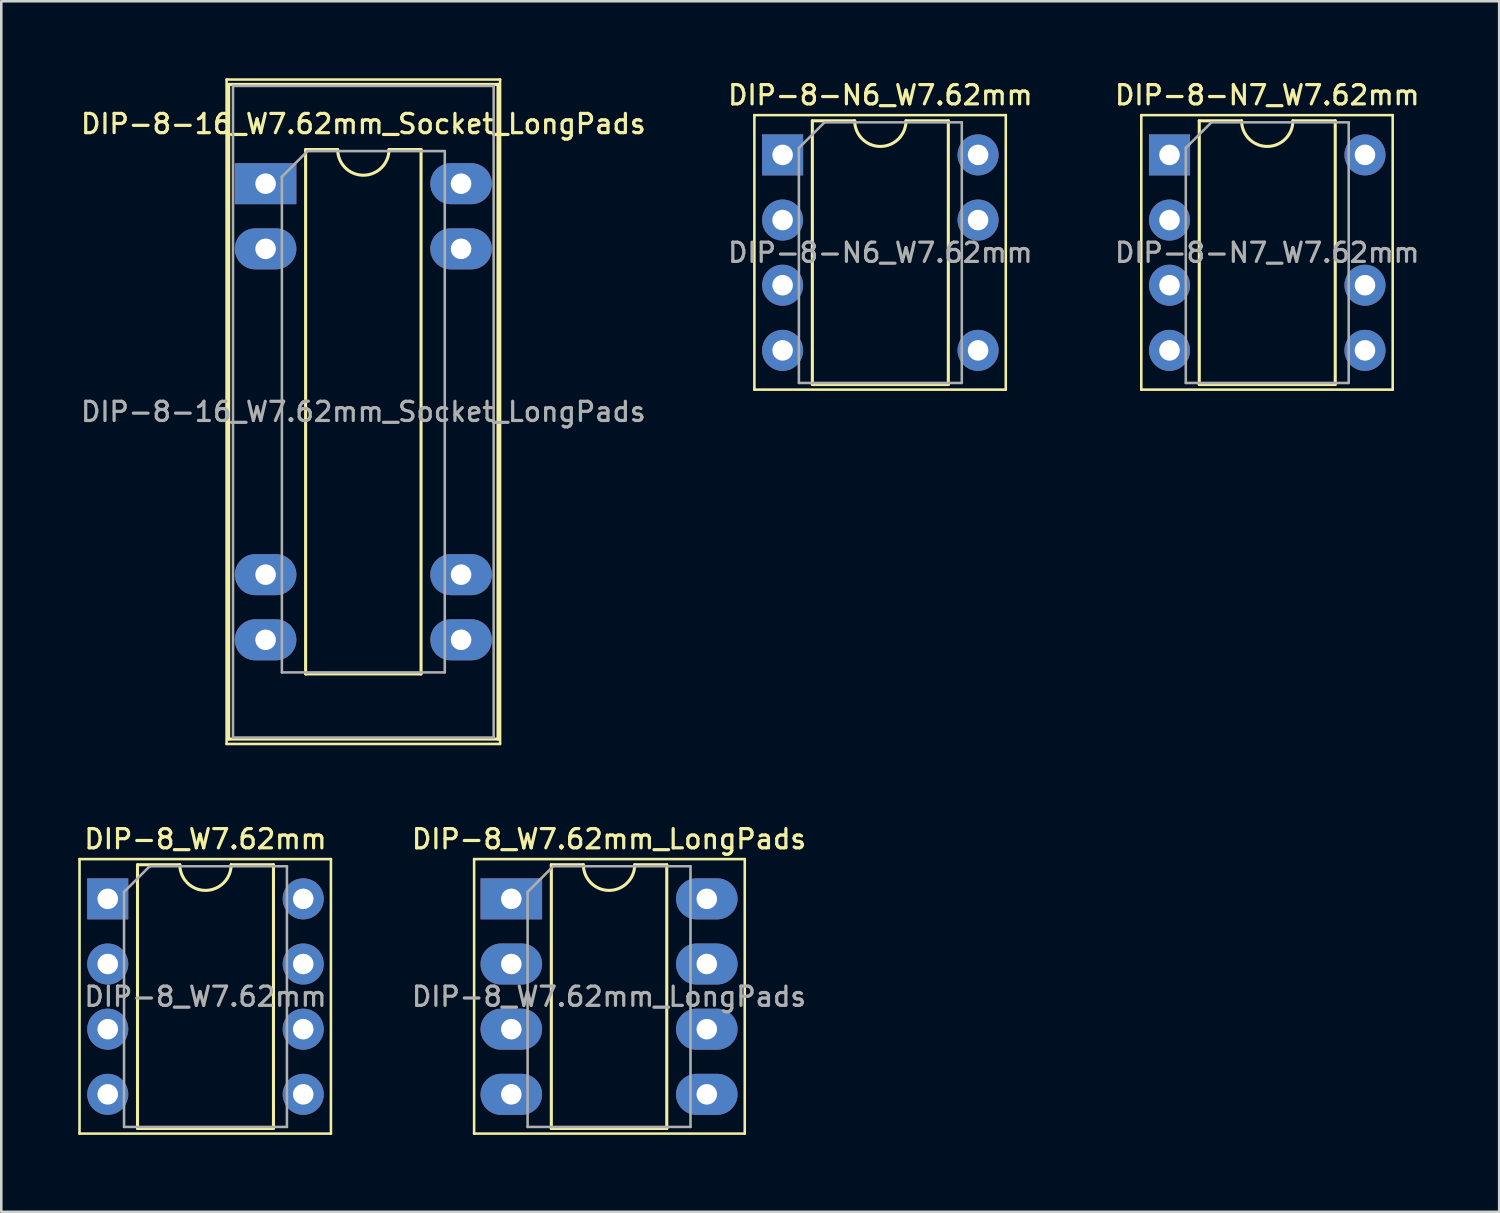
<source format=kicad_pcb>
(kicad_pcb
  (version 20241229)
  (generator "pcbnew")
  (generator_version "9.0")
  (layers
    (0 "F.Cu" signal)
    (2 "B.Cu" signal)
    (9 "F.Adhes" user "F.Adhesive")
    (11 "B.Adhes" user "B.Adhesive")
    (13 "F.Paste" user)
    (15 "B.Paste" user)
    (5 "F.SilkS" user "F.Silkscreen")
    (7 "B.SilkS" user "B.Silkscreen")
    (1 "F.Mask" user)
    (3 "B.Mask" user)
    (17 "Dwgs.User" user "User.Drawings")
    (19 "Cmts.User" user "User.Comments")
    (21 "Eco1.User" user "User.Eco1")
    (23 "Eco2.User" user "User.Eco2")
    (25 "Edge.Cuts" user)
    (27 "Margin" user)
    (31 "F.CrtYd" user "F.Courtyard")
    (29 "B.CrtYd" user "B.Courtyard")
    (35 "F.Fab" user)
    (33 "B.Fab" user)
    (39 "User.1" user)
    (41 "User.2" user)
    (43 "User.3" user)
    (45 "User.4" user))
  (footprint "DIP-8_W7.62mm"
    (layer "F.Cu")
    (at 1.15 31.988)
    (property "Reference" "DIP-8_W7.62mm" (at 3.81 -2.33 0) (layer "F.SilkS") (effects (font (size 0.75 0.75) (thickness 0.125))))
    (attr through_hole)
    (fp_line (start -1.1 -1.55) (end -1.1 9.15) (stroke (width 0.1) (type solid)) (layer "F.SilkS"))
    (fp_line (start -1.1 9.15) (end 8.7 9.15) (stroke (width 0.1) (type solid)) (layer "F.SilkS"))
    (fp_line (start 1.16 -1.33) (end 1.16 8.95) (stroke (width 0.12) (type solid)) (layer "F.SilkS"))
    (fp_line (start 1.16 8.95) (end 6.46 8.95) (stroke (width 0.12) (type solid)) (layer "F.SilkS"))
    (fp_line (start 2.81 -1.33) (end 1.16 -1.33) (stroke (width 0.12) (type solid)) (layer "F.SilkS"))
    (fp_line (start 6.46 -1.33) (end 4.81 -1.33) (stroke (width 0.12) (type solid)) (layer "F.SilkS"))
    (fp_line (start 6.46 8.95) (end 6.46 -1.33) (stroke (width 0.12) (type solid)) (layer "F.SilkS"))
    (fp_line (start 8.7 -1.55) (end -1.1 -1.55) (stroke (width 0.1) (type solid)) (layer "F.SilkS"))
    (fp_line (start 8.7 9.15) (end 8.7 -1.55) (stroke (width 0.1) (type solid)) (layer "F.SilkS"))
    (fp_arc (start 4.81 -1.33) (mid 3.81 -0.33) (end 2.81 -1.33) (stroke (width 0.12) (type solid)) (layer "F.SilkS"))
    (fp_line (start 0.635 -0.27) (end 1.635 -1.27) (stroke (width 0.1) (type solid)) (layer "F.Fab"))
    (fp_line (start 0.635 8.89) (end 0.635 -0.27) (stroke (width 0.1) (type solid)) (layer "F.Fab"))
    (fp_line (start 1.635 -1.27) (end 6.985 -1.27) (stroke (width 0.1) (type solid)) (layer "F.Fab"))
    (fp_line (start 6.985 -1.27) (end 6.985 8.89) (stroke (width 0.1) (type solid)) (layer "F.Fab"))
    (fp_line (start 6.985 8.89) (end 0.635 8.89) (stroke (width 0.1) (type solid)) (layer "F.Fab"))
    (fp_text user "${REFERENCE}" (at 3.81 3.81 0) (layer "F.Fab") (effects (font (size 0.75 0.75) (thickness 0.125))))
    (pad "1" thru_hole rect (at 0 0) (size 1.6 1.6) (drill 0.8) (layers "*.Cu" "*.Mask"))
    (pad "2" thru_hole oval (at 0 2.54) (size 1.6 1.6) (drill 0.8) (layers "*.Cu" "*.Mask"))
    (pad "3" thru_hole oval (at 0 5.08) (size 1.6 1.6) (drill 0.8) (layers "*.Cu" "*.Mask"))
    (pad "4" thru_hole oval (at 0 7.62) (size 1.6 1.6) (drill 0.8) (layers "*.Cu" "*.Mask"))
    (pad "5" thru_hole oval (at 7.62 7.62) (size 1.6 1.6) (drill 0.8) (layers "*.Cu" "*.Mask"))
    (pad "6" thru_hole oval (at 7.62 5.08) (size 1.6 1.6) (drill 0.8) (layers "*.Cu" "*.Mask"))
    (pad "7" thru_hole oval (at 7.62 2.54) (size 1.6 1.6) (drill 0.8) (layers "*.Cu" "*.Mask"))
    (pad "8" thru_hole oval (at 7.62 0) (size 1.6 1.6) (drill 0.8) (layers "*.Cu" "*.Mask")))
  (footprint "DIP-8_W7.62mm_LongPads"
    (layer "F.Cu")
    (at 16.881 31.988)
    (property "Reference" "DIP-8_W7.62mm_LongPads" (at 3.81 -2.33 0) (layer "F.SilkS") (effects (font (size 0.75 0.75) (thickness 0.125))))
    (attr through_hole)
    (fp_line (start -1.45 -1.55) (end -1.45 9.15) (stroke (width 0.1) (type solid)) (layer "F.SilkS"))
    (fp_line (start -1.45 9.15) (end 9.1 9.15) (stroke (width 0.1) (type solid)) (layer "F.SilkS"))
    (fp_line (start 1.56 -1.33) (end 1.56 8.95) (stroke (width 0.12) (type solid)) (layer "F.SilkS"))
    (fp_line (start 1.56 8.95) (end 6.06 8.95) (stroke (width 0.12) (type solid)) (layer "F.SilkS"))
    (fp_line (start 2.81 -1.33) (end 1.56 -1.33) (stroke (width 0.12) (type solid)) (layer "F.SilkS"))
    (fp_line (start 6.06 -1.33) (end 4.81 -1.33) (stroke (width 0.12) (type solid)) (layer "F.SilkS"))
    (fp_line (start 6.06 8.95) (end 6.06 -1.33) (stroke (width 0.12) (type solid)) (layer "F.SilkS"))
    (fp_line (start 9.1 -1.55) (end -1.45 -1.55) (stroke (width 0.1) (type solid)) (layer "F.SilkS"))
    (fp_line (start 9.1 9.15) (end 9.1 -1.55) (stroke (width 0.1) (type solid)) (layer "F.SilkS"))
    (fp_arc (start 4.81 -1.33) (mid 3.81 -0.33) (end 2.81 -1.33) (stroke (width 0.12) (type solid)) (layer "F.SilkS"))
    (fp_line (start 0.635 -0.27) (end 1.635 -1.27) (stroke (width 0.1) (type solid)) (layer "F.Fab"))
    (fp_line (start 0.635 8.89) (end 0.635 -0.27) (stroke (width 0.1) (type solid)) (layer "F.Fab"))
    (fp_line (start 1.635 -1.27) (end 6.985 -1.27) (stroke (width 0.1) (type solid)) (layer "F.Fab"))
    (fp_line (start 6.985 -1.27) (end 6.985 8.89) (stroke (width 0.1) (type solid)) (layer "F.Fab"))
    (fp_line (start 6.985 8.89) (end 0.635 8.89) (stroke (width 0.1) (type solid)) (layer "F.Fab"))
    (fp_text user "${REFERENCE}" (at 3.81 3.81 0) (layer "F.Fab") (effects (font (size 0.75 0.75) (thickness 0.125))))
    (pad "1" thru_hole rect (at 0 0) (size 2.4 1.6) (drill 0.8) (layers "*.Cu" "*.Mask"))
    (pad "2" thru_hole oval (at 0 2.54) (size 2.4 1.6) (drill 0.8) (layers "*.Cu" "*.Mask"))
    (pad "3" thru_hole oval (at 0 5.08) (size 2.4 1.6) (drill 0.8) (layers "*.Cu" "*.Mask"))
    (pad "4" thru_hole oval (at 0 7.62) (size 2.4 1.6) (drill 0.8) (layers "*.Cu" "*.Mask"))
    (pad "5" thru_hole oval (at 7.62 7.62) (size 2.4 1.6) (drill 0.8) (layers "*.Cu" "*.Mask"))
    (pad "6" thru_hole oval (at 7.62 5.08) (size 2.4 1.6) (drill 0.8) (layers "*.Cu" "*.Mask"))
    (pad "7" thru_hole oval (at 7.62 2.54) (size 2.4 1.6) (drill 0.8) (layers "*.Cu" "*.Mask"))
    (pad "8" thru_hole oval (at 7.62 0) (size 2.4 1.6) (drill 0.8) (layers "*.Cu" "*.Mask")))
  (footprint "DIP-8-N7_W7.62mm"
    (layer "F.Cu")
    (at 42.538 2.988)
    (property "Reference" "DIP-8-N7_W7.62mm" (at 3.81 -2.33 0) (layer "F.SilkS") (effects (font (size 0.75 0.75) (thickness 0.125))))
    (attr through_hole)
    (fp_line (start -1.1 -1.55) (end -1.1 9.15) (stroke (width 0.1) (type solid)) (layer "F.SilkS"))
    (fp_line (start -1.1 9.15) (end 8.7 9.15) (stroke (width 0.1) (type solid)) (layer "F.SilkS"))
    (fp_line (start 1.16 -1.33) (end 1.16 8.95) (stroke (width 0.12) (type solid)) (layer "F.SilkS"))
    (fp_line (start 1.16 8.95) (end 6.46 8.95) (stroke (width 0.12) (type solid)) (layer "F.SilkS"))
    (fp_line (start 2.81 -1.33) (end 1.16 -1.33) (stroke (width 0.12) (type solid)) (layer "F.SilkS"))
    (fp_line (start 6.46 -1.33) (end 4.81 -1.33) (stroke (width 0.12) (type solid)) (layer "F.SilkS"))
    (fp_line (start 6.46 8.95) (end 6.46 -1.33) (stroke (width 0.12) (type solid)) (layer "F.SilkS"))
    (fp_line (start 8.7 -1.55) (end -1.1 -1.55) (stroke (width 0.1) (type solid)) (layer "F.SilkS"))
    (fp_line (start 8.7 9.15) (end 8.7 -1.55) (stroke (width 0.1) (type solid)) (layer "F.SilkS"))
    (fp_arc (start 4.81 -1.33) (mid 3.81 -0.33) (end 2.81 -1.33) (stroke (width 0.12) (type solid)) (layer "F.SilkS"))
    (fp_line (start 0.635 -0.27) (end 1.635 -1.27) (stroke (width 0.1) (type solid)) (layer "F.Fab"))
    (fp_line (start 0.635 8.89) (end 0.635 -0.27) (stroke (width 0.1) (type solid)) (layer "F.Fab"))
    (fp_line (start 1.635 -1.27) (end 6.985 -1.27) (stroke (width 0.1) (type solid)) (layer "F.Fab"))
    (fp_line (start 6.985 -1.27) (end 6.985 8.89) (stroke (width 0.1) (type solid)) (layer "F.Fab"))
    (fp_line (start 6.985 8.89) (end 0.635 8.89) (stroke (width 0.1) (type solid)) (layer "F.Fab"))
    (fp_text user "${REFERENCE}" (at 3.81 3.81 0) (layer "F.Fab") (effects (font (size 0.75 0.75) (thickness 0.125))))
    (pad "1" thru_hole rect (at 0 0) (size 1.6 1.6) (drill 0.8) (layers "*.Cu" "*.Mask"))
    (pad "2" thru_hole oval (at 0 2.54) (size 1.6 1.6) (drill 0.8) (layers "*.Cu" "*.Mask"))
    (pad "3" thru_hole oval (at 0 5.08) (size 1.6 1.6) (drill 0.8) (layers "*.Cu" "*.Mask"))
    (pad "4" thru_hole oval (at 0 7.62) (size 1.6 1.6) (drill 0.8) (layers "*.Cu" "*.Mask"))
    (pad "5" thru_hole oval (at 7.62 7.62) (size 1.6 1.6) (drill 0.8) (layers "*.Cu" "*.Mask"))
    (pad "6" thru_hole oval (at 7.62 5.08) (size 1.6 1.6) (drill 0.8) (layers "*.Cu" "*.Mask"))
    (pad "8" thru_hole oval (at 7.62 0) (size 1.6 1.6) (drill 0.8) (layers "*.Cu" "*.Mask")))
  (footprint "DIP-8-N6_W7.62mm"
    (layer "F.Cu")
    (at 27.456 2.988)
    (property "Reference" "DIP-8-N6_W7.62mm" (at 3.81 -2.33 0) (layer "F.SilkS") (effects (font (size 0.75 0.75) (thickness 0.125))))
    (attr through_hole)
    (fp_line (start -1.1 -1.55) (end -1.1 9.15) (stroke (width 0.1) (type solid)) (layer "F.SilkS"))
    (fp_line (start -1.1 9.15) (end 8.7 9.15) (stroke (width 0.1) (type solid)) (layer "F.SilkS"))
    (fp_line (start 1.16 -1.33) (end 1.16 8.95) (stroke (width 0.12) (type solid)) (layer "F.SilkS"))
    (fp_line (start 1.16 8.95) (end 6.46 8.95) (stroke (width 0.12) (type solid)) (layer "F.SilkS"))
    (fp_line (start 2.81 -1.33) (end 1.16 -1.33) (stroke (width 0.12) (type solid)) (layer "F.SilkS"))
    (fp_line (start 6.46 -1.33) (end 4.81 -1.33) (stroke (width 0.12) (type solid)) (layer "F.SilkS"))
    (fp_line (start 6.46 8.95) (end 6.46 -1.33) (stroke (width 0.12) (type solid)) (layer "F.SilkS"))
    (fp_line (start 8.7 -1.55) (end -1.1 -1.55) (stroke (width 0.1) (type solid)) (layer "F.SilkS"))
    (fp_line (start 8.7 9.15) (end 8.7 -1.55) (stroke (width 0.1) (type solid)) (layer "F.SilkS"))
    (fp_arc (start 4.81 -1.33) (mid 3.81 -0.33) (end 2.81 -1.33) (stroke (width 0.12) (type solid)) (layer "F.SilkS"))
    (fp_line (start 0.635 -0.27) (end 1.635 -1.27) (stroke (width 0.1) (type solid)) (layer "F.Fab"))
    (fp_line (start 0.635 8.89) (end 0.635 -0.27) (stroke (width 0.1) (type solid)) (layer "F.Fab"))
    (fp_line (start 1.635 -1.27) (end 6.985 -1.27) (stroke (width 0.1) (type solid)) (layer "F.Fab"))
    (fp_line (start 6.985 -1.27) (end 6.985 8.89) (stroke (width 0.1) (type solid)) (layer "F.Fab"))
    (fp_line (start 6.985 8.89) (end 0.635 8.89) (stroke (width 0.1) (type solid)) (layer "F.Fab"))
    (fp_text user "${REFERENCE}" (at 3.81 3.81 0) (layer "F.Fab") (effects (font (size 0.75 0.75) (thickness 0.125))))
    (pad "1" thru_hole rect (at 0 0) (size 1.6 1.6) (drill 0.8) (layers "*.Cu" "*.Mask"))
    (pad "2" thru_hole oval (at 0 2.54) (size 1.6 1.6) (drill 0.8) (layers "*.Cu" "*.Mask"))
    (pad "3" thru_hole oval (at 0 5.08) (size 1.6 1.6) (drill 0.8) (layers "*.Cu" "*.Mask"))
    (pad "4" thru_hole oval (at 0 7.62) (size 1.6 1.6) (drill 0.8) (layers "*.Cu" "*.Mask"))
    (pad "5" thru_hole oval (at 7.62 7.62) (size 1.6 1.6) (drill 0.8) (layers "*.Cu" "*.Mask"))
    (pad "7" thru_hole oval (at 7.62 2.54) (size 1.6 1.6) (drill 0.8) (layers "*.Cu" "*.Mask"))
    (pad "8" thru_hole oval (at 7.62 0) (size 1.6 1.6) (drill 0.8) (layers "*.Cu" "*.Mask")))
  (footprint "DIP-8-16_W7.62mm_Socket_LongPads"
    (layer "F.Cu")
    (at 7.303 4.11)
    (property "Reference" "DIP-8-16_W7.62mm_Socket_LongPads" (at 3.81 -2.33 0) (layer "F.SilkS") (effects (font (size 0.75 0.75) (thickness 0.125))))
    (attr through_hole)
    (fp_line (start -1.52 -4.06) (end -1.52 21.84) (stroke (width 0.1) (type solid)) (layer "F.SilkS"))
    (fp_line (start -1.52 21.84) (end 9.14 21.84) (stroke (width 0.1) (type solid)) (layer "F.SilkS"))
    (fp_line (start -1.44 -3.87) (end -1.44 21.65) (stroke (width 0.12) (type solid)) (layer "F.SilkS"))
    (fp_line (start -1.44 21.65) (end 9.06 21.65) (stroke (width 0.12) (type solid)) (layer "F.SilkS"))
    (fp_line (start 1.56 -1.33) (end 1.56 19.11) (stroke (width 0.12) (type solid)) (layer "F.SilkS"))
    (fp_line (start 1.56 19.11) (end 6.06 19.11) (stroke (width 0.12) (type solid)) (layer "F.SilkS"))
    (fp_line (start 2.81 -1.33) (end 1.56 -1.33) (stroke (width 0.12) (type solid)) (layer "F.SilkS"))
    (fp_line (start 6.06 -1.33) (end 4.81 -1.33) (stroke (width 0.12) (type solid)) (layer "F.SilkS"))
    (fp_line (start 6.06 19.11) (end 6.06 -1.33) (stroke (width 0.12) (type solid)) (layer "F.SilkS"))
    (fp_line (start 9.06 -3.87) (end -1.44 -3.87) (stroke (width 0.12) (type solid)) (layer "F.SilkS"))
    (fp_line (start 9.06 21.65) (end 9.06 -3.87) (stroke (width 0.12) (type solid)) (layer "F.SilkS"))
    (fp_line (start 9.14 -4.06) (end -1.52 -4.06) (stroke (width 0.1) (type solid)) (layer "F.SilkS"))
    (fp_line (start 9.14 21.84) (end 9.14 -4.06) (stroke (width 0.1) (type solid)) (layer "F.SilkS"))
    (fp_arc (start 4.81 -1.33) (mid 3.81 -0.33) (end 2.81 -1.33) (stroke (width 0.12) (type solid)) (layer "F.SilkS"))
    (fp_line (start -1.27 -3.81) (end -1.27 21.59) (stroke (width 0.1) (type solid)) (layer "F.Fab"))
    (fp_line (start -1.27 21.59) (end 8.89 21.59) (stroke (width 0.1) (type solid)) (layer "F.Fab"))
    (fp_line (start 0.635 -0.27) (end 1.635 -1.27) (stroke (width 0.1) (type solid)) (layer "F.Fab"))
    (fp_line (start 0.635 19.05) (end 0.635 -0.27) (stroke (width 0.1) (type solid)) (layer "F.Fab"))
    (fp_line (start 1.635 -1.27) (end 6.985 -1.27) (stroke (width 0.1) (type solid)) (layer "F.Fab"))
    (fp_line (start 6.985 -1.27) (end 6.985 19.05) (stroke (width 0.1) (type solid)) (layer "F.Fab"))
    (fp_line (start 6.985 19.05) (end 0.635 19.05) (stroke (width 0.1) (type solid)) (layer "F.Fab"))
    (fp_line (start 8.89 -3.81) (end -1.27 -3.81) (stroke (width 0.1) (type solid)) (layer "F.Fab"))
    (fp_line (start 8.89 21.59) (end 8.89 -3.81) (stroke (width 0.1) (type solid)) (layer "F.Fab"))
    (fp_text user "${REFERENCE}" (at 3.81 8.89 0) (layer "F.Fab") (effects (font (size 0.75 0.75) (thickness 0.125))))
    (pad "1" thru_hole rect (at 0 0) (size 2.4 1.6) (drill 0.8) (layers "*.Cu" "*.Mask"))
    (pad "2" thru_hole oval (at 0 2.54) (size 2.4 1.6) (drill 0.8) (layers "*.Cu" "*.Mask"))
    (pad "3" thru_hole oval (at 0 15.24) (size 2.4 1.6) (drill 0.8) (layers "*.Cu" "*.Mask"))
    (pad "4" thru_hole oval (at 0 17.78) (size 2.4 1.6) (drill 0.8) (layers "*.Cu" "*.Mask"))
    (pad "5" thru_hole oval (at 7.62 17.78) (size 2.4 1.6) (drill 0.8) (layers "*.Cu" "*.Mask"))
    (pad "6" thru_hole oval (at 7.62 15.24) (size 2.4 1.6) (drill 0.8) (layers "*.Cu" "*.Mask"))
    (pad "7" thru_hole oval (at 7.62 2.54) (size 2.4 1.6) (drill 0.8) (layers "*.Cu" "*.Mask"))
    (pad "8" thru_hole oval (at 7.62 0) (size 2.4 1.6) (drill 0.8) (layers "*.Cu" "*.Mask")))
  (gr_rect
    (start -3 -3)
    (end 55.389 44.188)
    (stroke (width 0.1) (type default))
    (fill no)
    (layer "Edge.Cuts")))
</source>
